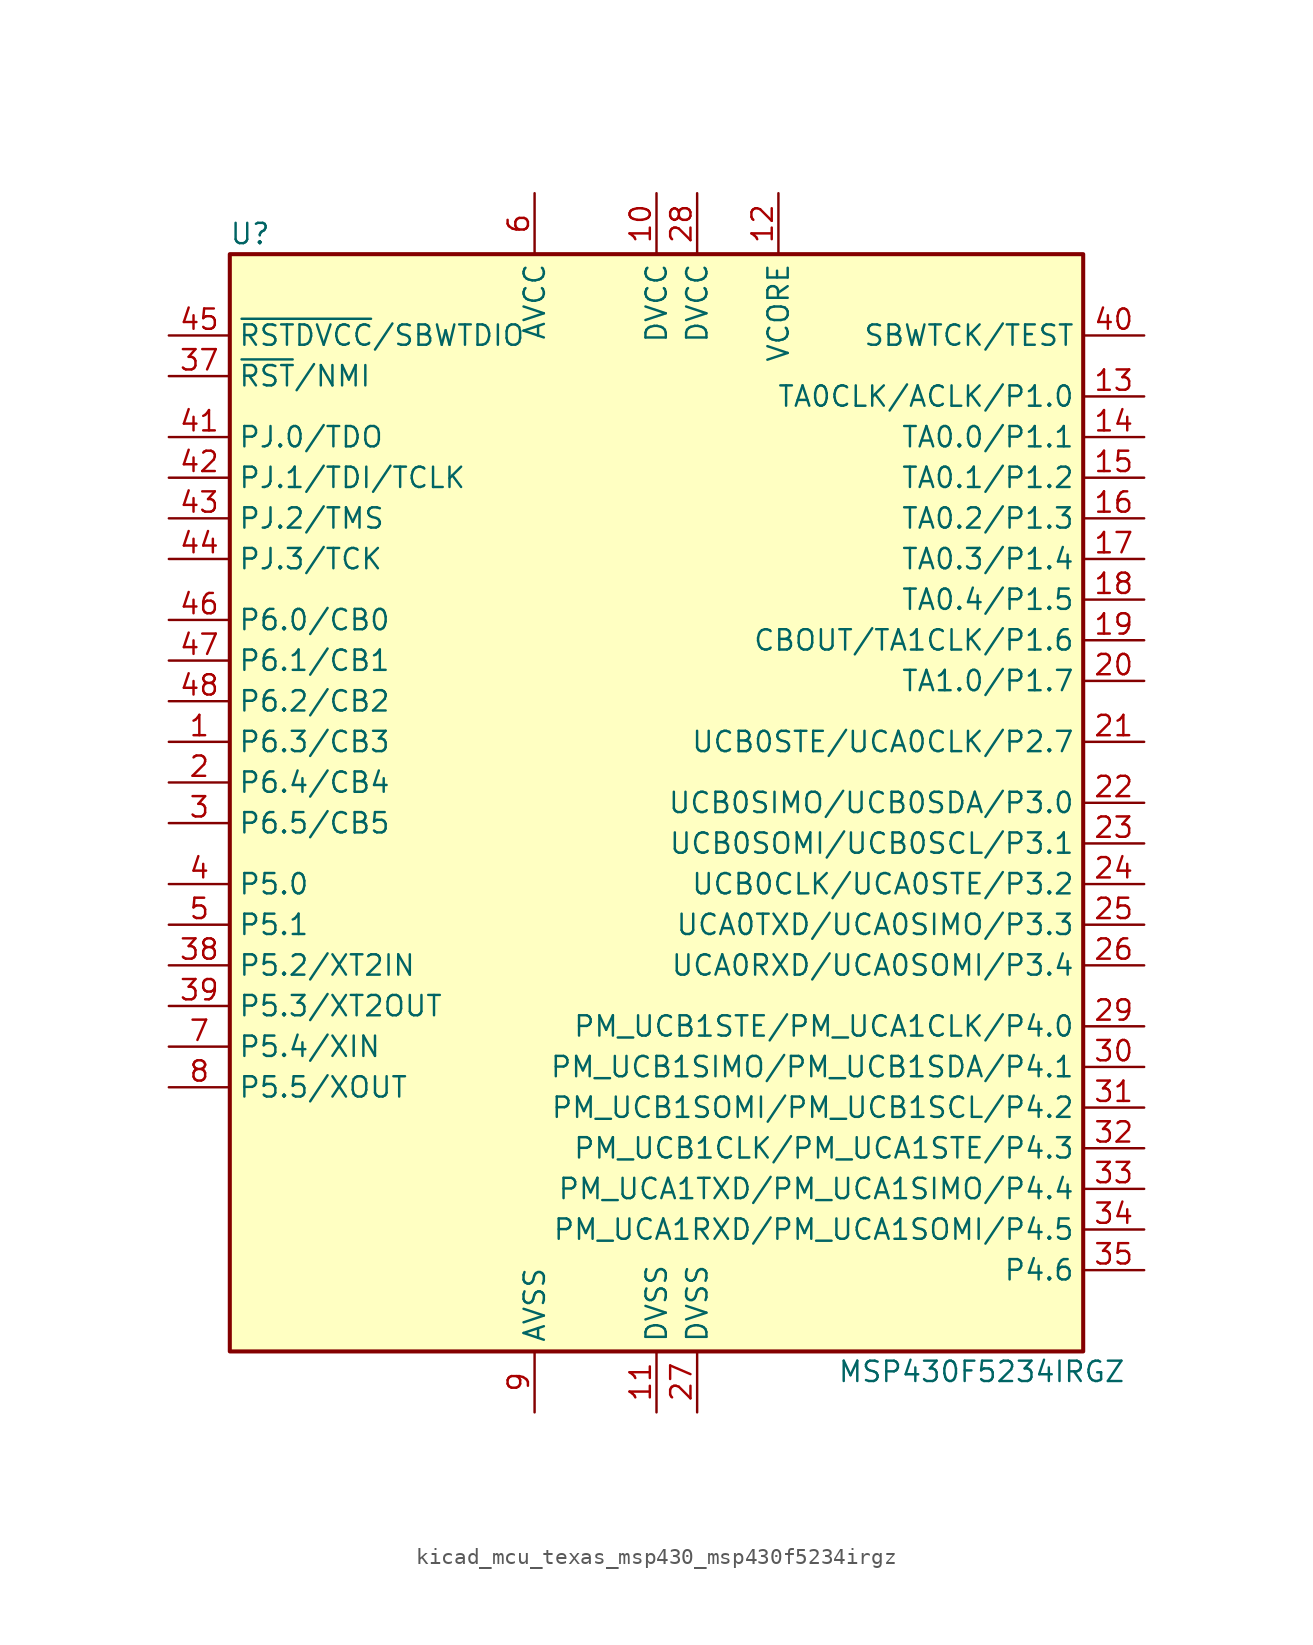
<source format=kicad_sym>
(kicad_symbol_lib
  (version 20220914)
  (generator kicad_symbol_editor)
  (symbol "kicad_mcu_texas_msp430_msp430f5234irgz"
    (property "Reference" "U"
      (at -25.4 35.56 0)
      (effects (font (size 1.27 1.27))))
    (property "Value" "MSP430F5234IRGZ"
      (at 20.32 -35.56 0)
      (effects (font (size 1.27 1.27))))
    (symbol "kicad_mcu_texas_msp430_msp430f5234irgz_0_1"
      (rectangle (start -26.67 34.29) (end 26.67 -34.29) (stroke (width 0.254) (type default)) (fill (type background))))
    (symbol "kicad_mcu_texas_msp430_msp430f5234irgz_1_1"
      (pin bidirectional line (at -30.48 3.81 0) (length 3.81) (name "P6.3/CB3" (effects (font (size 1.27 1.27)))) (number "1" (effects (font (size 1.27 1.27)))))
      (pin power_in line (at 0 38.1 270) (length 3.81) (name "DVCC" (effects (font (size 1.27 1.27)))) (number "10" (effects (font (size 1.27 1.27)))))
      (pin power_in line (at 0 -38.1 90) (length 3.81) (name "DVSS" (effects (font (size 1.27 1.27)))) (number "11" (effects (font (size 1.27 1.27)))))
      (pin passive line (at 7.62 38.1 270) (length 3.81) (name "VCORE" (effects (font (size 1.27 1.27)))) (number "12" (effects (font (size 1.27 1.27)))))
      (pin bidirectional line (at 30.48 25.4 180) (length 3.81) (name "TA0CLK/ACLK/P1.0" (effects (font (size 1.27 1.27)))) (number "13" (effects (font (size 1.27 1.27)))))
      (pin bidirectional line (at 30.48 22.86 180) (length 3.81) (name "TA0.0/P1.1" (effects (font (size 1.27 1.27)))) (number "14" (effects (font (size 1.27 1.27)))))
      (pin bidirectional line (at 30.48 20.32 180) (length 3.81) (name "TA0.1/P1.2" (effects (font (size 1.27 1.27)))) (number "15" (effects (font (size 1.27 1.27)))))
      (pin bidirectional line (at 30.48 17.78 180) (length 3.81) (name "TA0.2/P1.3" (effects (font (size 1.27 1.27)))) (number "16" (effects (font (size 1.27 1.27)))))
      (pin bidirectional line (at 30.48 15.24 180) (length 3.81) (name "TA0.3/P1.4" (effects (font (size 1.27 1.27)))) (number "17" (effects (font (size 1.27 1.27)))))
      (pin bidirectional line (at 30.48 12.7 180) (length 3.81) (name "TA0.4/P1.5" (effects (font (size 1.27 1.27)))) (number "18" (effects (font (size 1.27 1.27)))))
      (pin bidirectional line (at 30.48 10.16 180) (length 3.81) (name "CBOUT/TA1CLK/P1.6" (effects (font (size 1.27 1.27)))) (number "19" (effects (font (size 1.27 1.27)))))
      (pin bidirectional line (at -30.48 1.27 0) (length 3.81) (name "P6.4/CB4" (effects (font (size 1.27 1.27)))) (number "2" (effects (font (size 1.27 1.27)))))
      (pin bidirectional line (at 30.48 7.62 180) (length 3.81) (name "TA1.0/P1.7" (effects (font (size 1.27 1.27)))) (number "20" (effects (font (size 1.27 1.27)))))
      (pin bidirectional line (at 30.48 3.81 180) (length 3.81) (name "UCB0STE/UCA0CLK/P2.7" (effects (font (size 1.27 1.27)))) (number "21" (effects (font (size 1.27 1.27)))))
      (pin bidirectional line (at 30.48 0 180) (length 3.81) (name "UCB0SIMO/UCB0SDA/P3.0" (effects (font (size 1.27 1.27)))) (number "22" (effects (font (size 1.27 1.27)))))
      (pin bidirectional line (at 30.48 -2.54 180) (length 3.81) (name "UCB0SOMI/UCB0SCL/P3.1" (effects (font (size 1.27 1.27)))) (number "23" (effects (font (size 1.27 1.27)))))
      (pin bidirectional line (at 30.48 -5.08 180) (length 3.81) (name "UCB0CLK/UCA0STE/P3.2" (effects (font (size 1.27 1.27)))) (number "24" (effects (font (size 1.27 1.27)))))
      (pin bidirectional line (at 30.48 -7.62 180) (length 3.81) (name "UCA0TXD/UCA0SIMO/P3.3" (effects (font (size 1.27 1.27)))) (number "25" (effects (font (size 1.27 1.27)))))
      (pin bidirectional line (at 30.48 -10.16 180) (length 3.81) (name "UCA0RXD/UCA0SOMI/P3.4" (effects (font (size 1.27 1.27)))) (number "26" (effects (font (size 1.27 1.27)))))
      (pin power_in line (at 2.54 -38.1 90) (length 3.81) (name "DVSS" (effects (font (size 1.27 1.27)))) (number "27" (effects (font (size 1.27 1.27)))))
      (pin power_in line (at 2.54 38.1 270) (length 3.81) (name "DVCC" (effects (font (size 1.27 1.27)))) (number "28" (effects (font (size 1.27 1.27)))))
      (pin bidirectional line (at 30.48 -13.97 180) (length 3.81) (name "PM_UCB1STE/PM_UCA1CLK/P4.0" (effects (font (size 1.27 1.27)))) (number "29" (effects (font (size 1.27 1.27)))))
      (pin bidirectional line (at -30.48 -1.27 0) (length 3.81) (name "P6.5/CB5" (effects (font (size 1.27 1.27)))) (number "3" (effects (font (size 1.27 1.27)))))
      (pin bidirectional line (at 30.48 -16.51 180) (length 3.81) (name "PM_UCB1SIMO/PM_UCB1SDA/P4.1" (effects (font (size 1.27 1.27)))) (number "30" (effects (font (size 1.27 1.27)))))
      (pin bidirectional line (at 30.48 -19.05 180) (length 3.81) (name "PM_UCB1SOMI/PM_UCB1SCL/P4.2" (effects (font (size 1.27 1.27)))) (number "31" (effects (font (size 1.27 1.27)))))
      (pin bidirectional line (at 30.48 -21.59 180) (length 3.81) (name "PM_UCB1CLK/PM_UCA1STE/P4.3" (effects (font (size 1.27 1.27)))) (number "32" (effects (font (size 1.27 1.27)))))
      (pin bidirectional line (at 30.48 -24.13 180) (length 3.81) (name "PM_UCA1TXD/PM_UCA1SIMO/P4.4" (effects (font (size 1.27 1.27)))) (number "33" (effects (font (size 1.27 1.27)))))
      (pin bidirectional line (at 30.48 -26.67 180) (length 3.81) (name "PM_UCA1RXD/PM_UCA1SOMI/P4.5" (effects (font (size 1.27 1.27)))) (number "34" (effects (font (size 1.27 1.27)))))
      (pin bidirectional line (at 30.48 -29.21 180) (length 3.81) (name "P4.6" (effects (font (size 1.27 1.27)))) (number "35" (effects (font (size 1.27 1.27)))))
      (pin input line (at -30.48 26.67 0) (length 3.81) (name "~{RST}/NMI" (effects (font (size 1.27 1.27)))) (number "37" (effects (font (size 1.27 1.27)))))
      (pin bidirectional line (at -30.48 -10.16 0) (length 3.81) (name "P5.2/XT2IN" (effects (font (size 1.27 1.27)))) (number "38" (effects (font (size 1.27 1.27)))))
      (pin bidirectional line (at -30.48 -12.7 0) (length 3.81) (name "P5.3/XT2OUT" (effects (font (size 1.27 1.27)))) (number "39" (effects (font (size 1.27 1.27)))))
      (pin bidirectional line (at -30.48 -5.08 0) (length 3.81) (name "P5.0" (effects (font (size 1.27 1.27)))) (number "4" (effects (font (size 1.27 1.27)))))
      (pin input line (at 30.48 29.21 180) (length 3.81) (name "SBWTCK/TEST" (effects (font (size 1.27 1.27)))) (number "40" (effects (font (size 1.27 1.27)))))
      (pin bidirectional line (at -30.48 22.86 0) (length 3.81) (name "PJ.0/TDO" (effects (font (size 1.27 1.27)))) (number "41" (effects (font (size 1.27 1.27)))))
      (pin bidirectional line (at -30.48 20.32 0) (length 3.81) (name "PJ.1/TDI/TCLK" (effects (font (size 1.27 1.27)))) (number "42" (effects (font (size 1.27 1.27)))))
      (pin bidirectional line (at -30.48 17.78 0) (length 3.81) (name "PJ.2/TMS" (effects (font (size 1.27 1.27)))) (number "43" (effects (font (size 1.27 1.27)))))
      (pin bidirectional line (at -30.48 15.24 0) (length 3.81) (name "PJ.3/TCK" (effects (font (size 1.27 1.27)))) (number "44" (effects (font (size 1.27 1.27)))))
      (pin bidirectional line (at -30.48 29.21 0) (length 3.81) (name "~{RSTDVCC}/SBWTDIO" (effects (font (size 1.27 1.27)))) (number "45" (effects (font (size 1.27 1.27)))))
      (pin bidirectional line (at -30.48 11.43 0) (length 3.81) (name "P6.0/CB0" (effects (font (size 1.27 1.27)))) (number "46" (effects (font (size 1.27 1.27)))))
      (pin bidirectional line (at -30.48 8.89 0) (length 3.81) (name "P6.1/CB1" (effects (font (size 1.27 1.27)))) (number "47" (effects (font (size 1.27 1.27)))))
      (pin bidirectional line (at -30.48 6.35 0) (length 3.81) (name "P6.2/CB2" (effects (font (size 1.27 1.27)))) (number "48" (effects (font (size 1.27 1.27)))))
      (pin bidirectional line (at -30.48 -7.62 0) (length 3.81) (name "P5.1" (effects (font (size 1.27 1.27)))) (number "5" (effects (font (size 1.27 1.27)))))
      (pin power_in line (at -7.62 38.1 270) (length 3.81) (name "AVCC" (effects (font (size 1.27 1.27)))) (number "6" (effects (font (size 1.27 1.27)))))
      (pin bidirectional line (at -30.48 -15.24 0) (length 3.81) (name "P5.4/XIN" (effects (font (size 1.27 1.27)))) (number "7" (effects (font (size 1.27 1.27)))))
      (pin bidirectional line (at -30.48 -17.78 0) (length 3.81) (name "P5.5/XOUT" (effects (font (size 1.27 1.27)))) (number "8" (effects (font (size 1.27 1.27)))))
      (pin power_in line (at -7.62 -38.1 90) (length 3.81) (name "AVSS" (effects (font (size 1.27 1.27)))) (number "9" (effects (font (size 1.27 1.27))))))))
</source>
